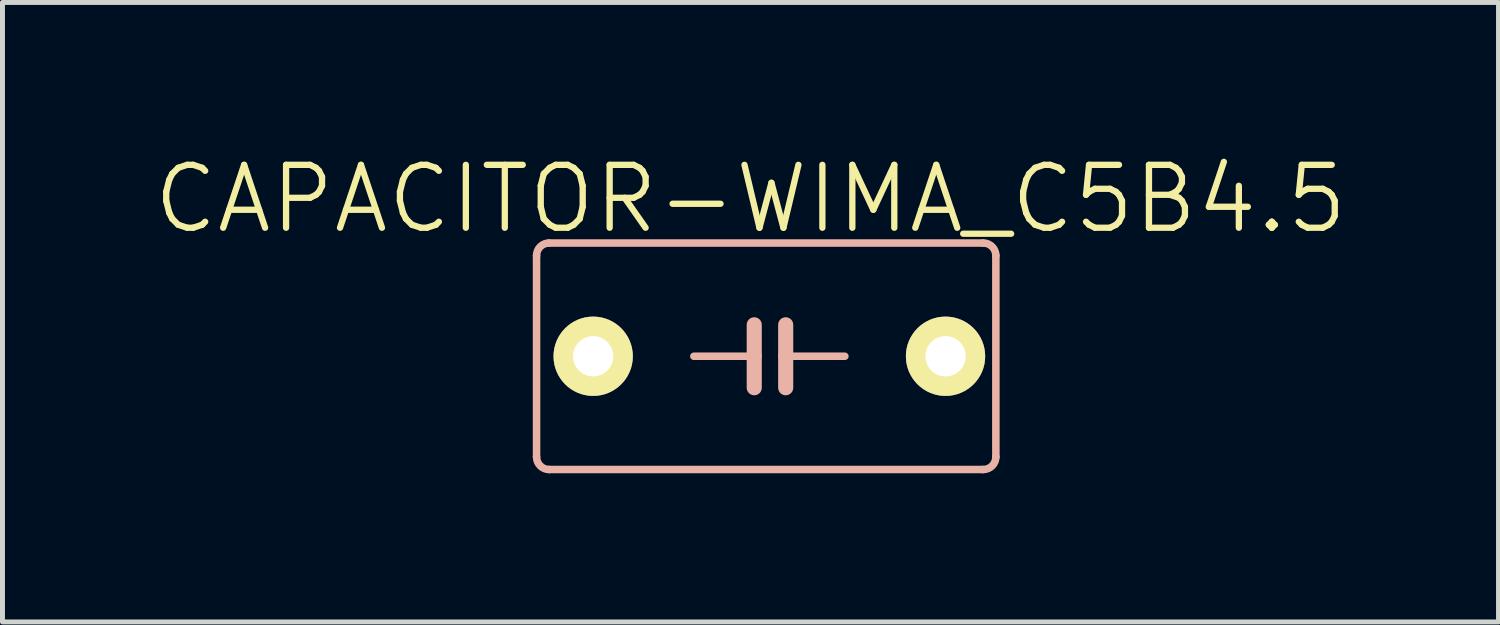
<source format=kicad_pcb>
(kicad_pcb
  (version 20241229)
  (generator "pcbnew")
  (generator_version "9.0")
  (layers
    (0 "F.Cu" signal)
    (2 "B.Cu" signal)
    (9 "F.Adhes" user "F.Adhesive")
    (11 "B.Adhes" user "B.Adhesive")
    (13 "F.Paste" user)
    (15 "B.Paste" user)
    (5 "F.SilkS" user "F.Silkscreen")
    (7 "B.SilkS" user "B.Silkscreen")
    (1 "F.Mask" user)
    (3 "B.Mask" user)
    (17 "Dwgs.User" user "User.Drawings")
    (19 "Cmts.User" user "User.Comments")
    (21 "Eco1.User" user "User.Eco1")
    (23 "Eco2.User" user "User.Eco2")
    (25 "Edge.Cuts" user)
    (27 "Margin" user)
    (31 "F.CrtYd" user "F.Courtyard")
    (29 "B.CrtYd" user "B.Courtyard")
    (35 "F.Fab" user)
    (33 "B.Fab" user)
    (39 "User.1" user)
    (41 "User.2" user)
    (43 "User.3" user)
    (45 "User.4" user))
  (footprint "CAPACITOR-WIMA_C5B4.5"
    (layer "F.Cu")
    (at 11.463 4.141)
    (property "Reference" "CAPACITOR-WIMA_C5B4.5" (at 0.635 -3.175 0) (layer "F.SilkS") (effects (font (size 1.27 1.27) (thickness 0.127))))
    (attr exclude_from_pos_files exclude_from_bom)
    (fp_line (start -3.683 -2.032) (end -3.683 2.032) (stroke (width 0.152) (type solid)) (layer "B.SilkS"))
    (fp_line (start -3.429 2.286) (end 5.33 2.286) (stroke (width 0.152) (type solid)) (layer "B.SilkS"))
    (fp_line (start 0.711 -0.635) (end 0.711 0) (stroke (width 0.305) (type solid)) (layer "B.SilkS"))
    (fp_line (start 0.711 0) (end -0.508 0) (stroke (width 0.152) (type solid)) (layer "B.SilkS"))
    (fp_line (start 0.711 0) (end 0.711 0.635) (stroke (width 0.305) (type solid)) (layer "B.SilkS"))
    (fp_line (start 1.346 -0.635) (end 1.346 0) (stroke (width 0.305) (type solid)) (layer "B.SilkS"))
    (fp_line (start 1.346 0) (end 1.346 0.635) (stroke (width 0.305) (type solid)) (layer "B.SilkS"))
    (fp_line (start 1.346 0) (end 2.54 0) (stroke (width 0.152) (type solid)) (layer "B.SilkS"))
    (fp_line (start 5.33 -2.286) (end -3.429 -2.286) (stroke (width 0.152) (type solid)) (layer "B.SilkS"))
    (fp_line (start 5.588 2.032) (end 5.588 -2.032) (stroke (width 0.152) (type solid)) (layer "B.SilkS"))
    (fp_arc (start -3.683 -2.032) (mid -3.608605 -2.211605) (end -3.429 -2.286) (stroke (width 0.1524) (type solid)) (layer "B.SilkS"))
    (fp_arc (start -3.429 2.286) (mid -3.608605 2.211605) (end -3.683 2.032) (stroke (width 0.1524) (type solid)) (layer "B.SilkS"))
    (fp_arc (start 5.334 -2.286) (mid 5.513605 -2.211605) (end 5.588 -2.032) (stroke (width 0.1524) (type solid)) (layer "B.SilkS"))
    (fp_arc (start 5.588 2.032) (mid 5.513605 2.211605) (end 5.334 2.286) (stroke (width 0.1524) (type solid)) (layer "B.SilkS"))
    (pad "1" thru_hole circle (at -2.54 0) (size 1.6 1.6) (drill 0.813) (layers "*.Cu" "F.Mask" "F.SilkS" "F.Paste"))
    (pad "2" thru_hole circle (at 4.572 0) (size 1.6 1.6) (drill 0.813) (layers "*.Cu" "F.Mask" "F.SilkS" "F.Paste")))
  (gr_rect
    (start -3 -3)
    (end 27.197 9.503)
    (stroke (width 0.1) (type default))
    (fill no)
    (layer "Edge.Cuts")))
</source>
